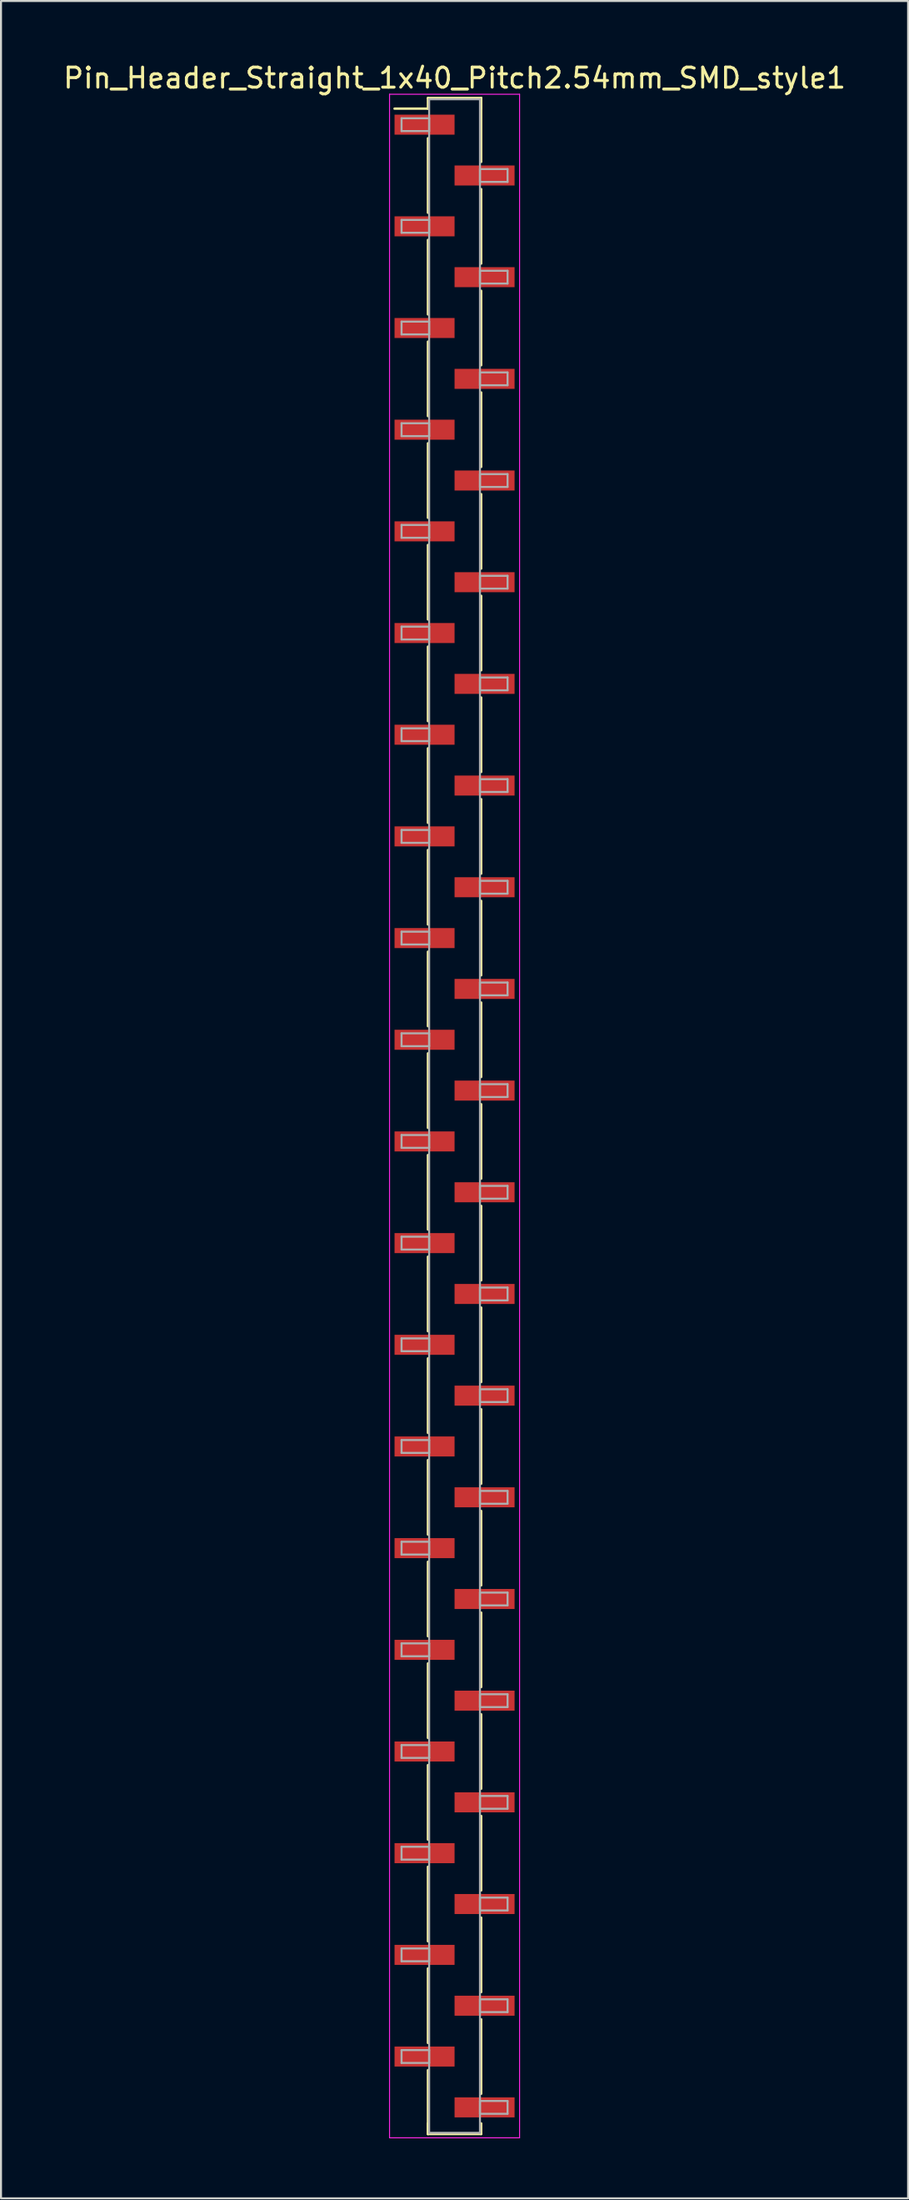
<source format=kicad_pcb>
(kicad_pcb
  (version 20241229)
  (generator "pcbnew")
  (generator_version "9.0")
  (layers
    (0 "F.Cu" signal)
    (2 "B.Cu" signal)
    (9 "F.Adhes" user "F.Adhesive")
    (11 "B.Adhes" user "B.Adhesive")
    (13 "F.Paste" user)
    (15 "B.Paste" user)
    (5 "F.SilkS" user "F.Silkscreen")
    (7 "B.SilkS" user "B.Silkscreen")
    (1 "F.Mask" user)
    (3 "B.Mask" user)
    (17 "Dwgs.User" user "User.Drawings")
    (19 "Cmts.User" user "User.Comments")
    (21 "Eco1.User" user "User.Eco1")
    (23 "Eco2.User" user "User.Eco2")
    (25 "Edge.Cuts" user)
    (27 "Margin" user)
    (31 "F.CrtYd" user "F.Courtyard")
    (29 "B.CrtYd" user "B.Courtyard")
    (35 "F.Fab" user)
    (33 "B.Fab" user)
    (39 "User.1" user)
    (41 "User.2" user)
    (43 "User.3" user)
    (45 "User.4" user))
  (footprint "Pin_Header_Straight_1x40_Pitch2.54mm_SMD_style1"
    (layer "F.Cu")
    (at 19.673 52.708)
    (property "Reference" "Pin_Header_Straight_1x40_Pitch2.54mm_SMD_style1" (at 0 -51.86 0) (layer "F.SilkS") (effects (font (size 1 1) (thickness 0.15))))
    (attr smd)
    (fp_line (start -1.33 -50.86) (end 1.33 -50.86) (stroke (width 0.12) (type solid)) (layer "F.SilkS"))
    (fp_line (start -1.33 -50.33) (end -3 -50.33) (stroke (width 0.12) (type solid)) (layer "F.SilkS"))
    (fp_line (start -1.33 -50.33) (end -1.33 -50.86) (stroke (width 0.12) (type solid)) (layer "F.SilkS"))
    (fp_line (start -1.33 -48.85) (end -1.33 -45.13) (stroke (width 0.12) (type solid)) (layer "F.SilkS"))
    (fp_line (start -1.33 -43.77) (end -1.33 -40.05) (stroke (width 0.12) (type solid)) (layer "F.SilkS"))
    (fp_line (start -1.33 -38.69) (end -1.33 -34.97) (stroke (width 0.12) (type solid)) (layer "F.SilkS"))
    (fp_line (start -1.33 -33.61) (end -1.33 -29.89) (stroke (width 0.12) (type solid)) (layer "F.SilkS"))
    (fp_line (start -1.33 -28.53) (end -1.33 -24.81) (stroke (width 0.12) (type solid)) (layer "F.SilkS"))
    (fp_line (start -1.33 -23.45) (end -1.33 -19.73) (stroke (width 0.12) (type solid)) (layer "F.SilkS"))
    (fp_line (start -1.33 -18.37) (end -1.33 -14.65) (stroke (width 0.12) (type solid)) (layer "F.SilkS"))
    (fp_line (start -1.33 -13.29) (end -1.33 -9.57) (stroke (width 0.12) (type solid)) (layer "F.SilkS"))
    (fp_line (start -1.33 -8.21) (end -1.33 -4.49) (stroke (width 0.12) (type solid)) (layer "F.SilkS"))
    (fp_line (start -1.33 -3.13) (end -1.33 0.59) (stroke (width 0.12) (type solid)) (layer "F.SilkS"))
    (fp_line (start -1.33 1.95) (end -1.33 5.67) (stroke (width 0.12) (type solid)) (layer "F.SilkS"))
    (fp_line (start -1.33 7.03) (end -1.33 10.75) (stroke (width 0.12) (type solid)) (layer "F.SilkS"))
    (fp_line (start -1.33 12.11) (end -1.33 15.83) (stroke (width 0.12) (type solid)) (layer "F.SilkS"))
    (fp_line (start -1.33 17.19) (end -1.33 20.91) (stroke (width 0.12) (type solid)) (layer "F.SilkS"))
    (fp_line (start -1.33 22.27) (end -1.33 25.99) (stroke (width 0.12) (type solid)) (layer "F.SilkS"))
    (fp_line (start -1.33 27.35) (end -1.33 31.07) (stroke (width 0.12) (type solid)) (layer "F.SilkS"))
    (fp_line (start -1.33 32.43) (end -1.33 36.15) (stroke (width 0.12) (type solid)) (layer "F.SilkS"))
    (fp_line (start -1.33 37.51) (end -1.33 41.23) (stroke (width 0.12) (type solid)) (layer "F.SilkS"))
    (fp_line (start -1.33 42.59) (end -1.33 46.31) (stroke (width 0.12) (type solid)) (layer "F.SilkS"))
    (fp_line (start -1.33 47.67) (end -1.33 50.86) (stroke (width 0.12) (type solid)) (layer "F.SilkS"))
    (fp_line (start -1.33 50.33) (end -1.33 50.86) (stroke (width 0.12) (type solid)) (layer "F.SilkS"))
    (fp_line (start -1.33 50.86) (end 1.33 50.86) (stroke (width 0.12) (type solid)) (layer "F.SilkS"))
    (fp_line (start 1.33 -50.86) (end 1.33 -50.33) (stroke (width 0.12) (type solid)) (layer "F.SilkS"))
    (fp_line (start 1.33 -50.86) (end 1.33 -47.67) (stroke (width 0.12) (type solid)) (layer "F.SilkS"))
    (fp_line (start 1.33 -46.31) (end 1.33 -42.59) (stroke (width 0.12) (type solid)) (layer "F.SilkS"))
    (fp_line (start 1.33 -41.23) (end 1.33 -37.51) (stroke (width 0.12) (type solid)) (layer "F.SilkS"))
    (fp_line (start 1.33 -36.15) (end 1.33 -32.43) (stroke (width 0.12) (type solid)) (layer "F.SilkS"))
    (fp_line (start 1.33 -31.07) (end 1.33 -27.35) (stroke (width 0.12) (type solid)) (layer "F.SilkS"))
    (fp_line (start 1.33 -25.99) (end 1.33 -22.27) (stroke (width 0.12) (type solid)) (layer "F.SilkS"))
    (fp_line (start 1.33 -20.91) (end 1.33 -17.19) (stroke (width 0.12) (type solid)) (layer "F.SilkS"))
    (fp_line (start 1.33 -15.83) (end 1.33 -12.11) (stroke (width 0.12) (type solid)) (layer "F.SilkS"))
    (fp_line (start 1.33 -10.75) (end 1.33 -7.03) (stroke (width 0.12) (type solid)) (layer "F.SilkS"))
    (fp_line (start 1.33 -5.67) (end 1.33 -1.95) (stroke (width 0.12) (type solid)) (layer "F.SilkS"))
    (fp_line (start 1.33 -0.59) (end 1.33 3.13) (stroke (width 0.12) (type solid)) (layer "F.SilkS"))
    (fp_line (start 1.33 4.49) (end 1.33 8.21) (stroke (width 0.12) (type solid)) (layer "F.SilkS"))
    (fp_line (start 1.33 9.57) (end 1.33 13.29) (stroke (width 0.12) (type solid)) (layer "F.SilkS"))
    (fp_line (start 1.33 14.65) (end 1.33 18.37) (stroke (width 0.12) (type solid)) (layer "F.SilkS"))
    (fp_line (start 1.33 19.73) (end 1.33 23.45) (stroke (width 0.12) (type solid)) (layer "F.SilkS"))
    (fp_line (start 1.33 24.81) (end 1.33 28.53) (stroke (width 0.12) (type solid)) (layer "F.SilkS"))
    (fp_line (start 1.33 29.89) (end 1.33 33.61) (stroke (width 0.12) (type solid)) (layer "F.SilkS"))
    (fp_line (start 1.33 34.97) (end 1.33 38.69) (stroke (width 0.12) (type solid)) (layer "F.SilkS"))
    (fp_line (start 1.33 40.05) (end 1.33 43.77) (stroke (width 0.12) (type solid)) (layer "F.SilkS"))
    (fp_line (start 1.33 45.13) (end 1.33 48.85) (stroke (width 0.12) (type solid)) (layer "F.SilkS"))
    (fp_line (start 1.33 50.86) (end 1.33 50.33) (stroke (width 0.12) (type solid)) (layer "F.SilkS"))
    (fp_line (start -3.25 -51.05) (end -3.25 51.05) (stroke (width 0.05) (type solid)) (layer "F.CrtYd"))
    (fp_line (start -3.25 51.05) (end 3.25 51.05) (stroke (width 0.05) (type solid)) (layer "F.CrtYd"))
    (fp_line (start 3.25 -51.05) (end -3.25 -51.05) (stroke (width 0.05) (type solid)) (layer "F.CrtYd"))
    (fp_line (start 3.25 51.05) (end 3.25 -51.05) (stroke (width 0.05) (type solid)) (layer "F.CrtYd"))
    (fp_line (start -2.65 -49.85) (end -1.27 -49.85) (stroke (width 0.1) (type solid)) (layer "F.Fab"))
    (fp_line (start -2.65 -49.21) (end -2.65 -49.85) (stroke (width 0.1) (type solid)) (layer "F.Fab"))
    (fp_line (start -2.65 -44.77) (end -1.27 -44.77) (stroke (width 0.1) (type solid)) (layer "F.Fab"))
    (fp_line (start -2.65 -44.13) (end -2.65 -44.77) (stroke (width 0.1) (type solid)) (layer "F.Fab"))
    (fp_line (start -2.65 -39.69) (end -1.27 -39.69) (stroke (width 0.1) (type solid)) (layer "F.Fab"))
    (fp_line (start -2.65 -39.05) (end -2.65 -39.69) (stroke (width 0.1) (type solid)) (layer "F.Fab"))
    (fp_line (start -2.65 -34.61) (end -1.27 -34.61) (stroke (width 0.1) (type solid)) (layer "F.Fab"))
    (fp_line (start -2.65 -33.97) (end -2.65 -34.61) (stroke (width 0.1) (type solid)) (layer "F.Fab"))
    (fp_line (start -2.65 -29.53) (end -1.27 -29.53) (stroke (width 0.1) (type solid)) (layer "F.Fab"))
    (fp_line (start -2.65 -28.89) (end -2.65 -29.53) (stroke (width 0.1) (type solid)) (layer "F.Fab"))
    (fp_line (start -2.65 -24.45) (end -1.27 -24.45) (stroke (width 0.1) (type solid)) (layer "F.Fab"))
    (fp_line (start -2.65 -23.81) (end -2.65 -24.45) (stroke (width 0.1) (type solid)) (layer "F.Fab"))
    (fp_line (start -2.65 -19.37) (end -1.27 -19.37) (stroke (width 0.1) (type solid)) (layer "F.Fab"))
    (fp_line (start -2.65 -18.73) (end -2.65 -19.37) (stroke (width 0.1) (type solid)) (layer "F.Fab"))
    (fp_line (start -2.65 -14.29) (end -1.27 -14.29) (stroke (width 0.1) (type solid)) (layer "F.Fab"))
    (fp_line (start -2.65 -13.65) (end -2.65 -14.29) (stroke (width 0.1) (type solid)) (layer "F.Fab"))
    (fp_line (start -2.65 -9.21) (end -1.27 -9.21) (stroke (width 0.1) (type solid)) (layer "F.Fab"))
    (fp_line (start -2.65 -8.57) (end -2.65 -9.21) (stroke (width 0.1) (type solid)) (layer "F.Fab"))
    (fp_line (start -2.65 -4.13) (end -1.27 -4.13) (stroke (width 0.1) (type solid)) (layer "F.Fab"))
    (fp_line (start -2.65 -3.49) (end -2.65 -4.13) (stroke (width 0.1) (type solid)) (layer "F.Fab"))
    (fp_line (start -2.65 0.95) (end -1.27 0.95) (stroke (width 0.1) (type solid)) (layer "F.Fab"))
    (fp_line (start -2.65 1.59) (end -2.65 0.95) (stroke (width 0.1) (type solid)) (layer "F.Fab"))
    (fp_line (start -2.65 6.03) (end -1.27 6.03) (stroke (width 0.1) (type solid)) (layer "F.Fab"))
    (fp_line (start -2.65 6.67) (end -2.65 6.03) (stroke (width 0.1) (type solid)) (layer "F.Fab"))
    (fp_line (start -2.65 11.11) (end -1.27 11.11) (stroke (width 0.1) (type solid)) (layer "F.Fab"))
    (fp_line (start -2.65 11.75) (end -2.65 11.11) (stroke (width 0.1) (type solid)) (layer "F.Fab"))
    (fp_line (start -2.65 16.19) (end -1.27 16.19) (stroke (width 0.1) (type solid)) (layer "F.Fab"))
    (fp_line (start -2.65 16.83) (end -2.65 16.19) (stroke (width 0.1) (type solid)) (layer "F.Fab"))
    (fp_line (start -2.65 21.27) (end -1.27 21.27) (stroke (width 0.1) (type solid)) (layer "F.Fab"))
    (fp_line (start -2.65 21.91) (end -2.65 21.27) (stroke (width 0.1) (type solid)) (layer "F.Fab"))
    (fp_line (start -2.65 26.35) (end -1.27 26.35) (stroke (width 0.1) (type solid)) (layer "F.Fab"))
    (fp_line (start -2.65 26.99) (end -2.65 26.35) (stroke (width 0.1) (type solid)) (layer "F.Fab"))
    (fp_line (start -2.65 31.43) (end -1.27 31.43) (stroke (width 0.1) (type solid)) (layer "F.Fab"))
    (fp_line (start -2.65 32.07) (end -2.65 31.43) (stroke (width 0.1) (type solid)) (layer "F.Fab"))
    (fp_line (start -2.65 36.51) (end -1.27 36.51) (stroke (width 0.1) (type solid)) (layer "F.Fab"))
    (fp_line (start -2.65 37.15) (end -2.65 36.51) (stroke (width 0.1) (type solid)) (layer "F.Fab"))
    (fp_line (start -2.65 41.59) (end -1.27 41.59) (stroke (width 0.1) (type solid)) (layer "F.Fab"))
    (fp_line (start -2.65 42.23) (end -2.65 41.59) (stroke (width 0.1) (type solid)) (layer "F.Fab"))
    (fp_line (start -2.65 46.67) (end -1.27 46.67) (stroke (width 0.1) (type solid)) (layer "F.Fab"))
    (fp_line (start -2.65 47.31) (end -2.65 46.67) (stroke (width 0.1) (type solid)) (layer "F.Fab"))
    (fp_line (start -1.27 -50.8) (end -1.27 50.8) (stroke (width 0.1) (type solid)) (layer "F.Fab"))
    (fp_line (start -1.27 -49.85) (end -1.27 -49.21) (stroke (width 0.1) (type solid)) (layer "F.Fab"))
    (fp_line (start -1.27 -49.21) (end -2.65 -49.21) (stroke (width 0.1) (type solid)) (layer "F.Fab"))
    (fp_line (start -1.27 -44.77) (end -1.27 -44.13) (stroke (width 0.1) (type solid)) (layer "F.Fab"))
    (fp_line (start -1.27 -44.13) (end -2.65 -44.13) (stroke (width 0.1) (type solid)) (layer "F.Fab"))
    (fp_line (start -1.27 -39.69) (end -1.27 -39.05) (stroke (width 0.1) (type solid)) (layer "F.Fab"))
    (fp_line (start -1.27 -39.05) (end -2.65 -39.05) (stroke (width 0.1) (type solid)) (layer "F.Fab"))
    (fp_line (start -1.27 -34.61) (end -1.27 -33.97) (stroke (width 0.1) (type solid)) (layer "F.Fab"))
    (fp_line (start -1.27 -33.97) (end -2.65 -33.97) (stroke (width 0.1) (type solid)) (layer "F.Fab"))
    (fp_line (start -1.27 -29.53) (end -1.27 -28.89) (stroke (width 0.1) (type solid)) (layer "F.Fab"))
    (fp_line (start -1.27 -28.89) (end -2.65 -28.89) (stroke (width 0.1) (type solid)) (layer "F.Fab"))
    (fp_line (start -1.27 -24.45) (end -1.27 -23.81) (stroke (width 0.1) (type solid)) (layer "F.Fab"))
    (fp_line (start -1.27 -23.81) (end -2.65 -23.81) (stroke (width 0.1) (type solid)) (layer "F.Fab"))
    (fp_line (start -1.27 -19.37) (end -1.27 -18.73) (stroke (width 0.1) (type solid)) (layer "F.Fab"))
    (fp_line (start -1.27 -18.73) (end -2.65 -18.73) (stroke (width 0.1) (type solid)) (layer "F.Fab"))
    (fp_line (start -1.27 -14.29) (end -1.27 -13.65) (stroke (width 0.1) (type solid)) (layer "F.Fab"))
    (fp_line (start -1.27 -13.65) (end -2.65 -13.65) (stroke (width 0.1) (type solid)) (layer "F.Fab"))
    (fp_line (start -1.27 -9.21) (end -1.27 -8.57) (stroke (width 0.1) (type solid)) (layer "F.Fab"))
    (fp_line (start -1.27 -8.57) (end -2.65 -8.57) (stroke (width 0.1) (type solid)) (layer "F.Fab"))
    (fp_line (start -1.27 -4.13) (end -1.27 -3.49) (stroke (width 0.1) (type solid)) (layer "F.Fab"))
    (fp_line (start -1.27 -3.49) (end -2.65 -3.49) (stroke (width 0.1) (type solid)) (layer "F.Fab"))
    (fp_line (start -1.27 0.95) (end -1.27 1.59) (stroke (width 0.1) (type solid)) (layer "F.Fab"))
    (fp_line (start -1.27 1.59) (end -2.65 1.59) (stroke (width 0.1) (type solid)) (layer "F.Fab"))
    (fp_line (start -1.27 6.03) (end -1.27 6.67) (stroke (width 0.1) (type solid)) (layer "F.Fab"))
    (fp_line (start -1.27 6.67) (end -2.65 6.67) (stroke (width 0.1) (type solid)) (layer "F.Fab"))
    (fp_line (start -1.27 11.11) (end -1.27 11.75) (stroke (width 0.1) (type solid)) (layer "F.Fab"))
    (fp_line (start -1.27 11.75) (end -2.65 11.75) (stroke (width 0.1) (type solid)) (layer "F.Fab"))
    (fp_line (start -1.27 16.19) (end -1.27 16.83) (stroke (width 0.1) (type solid)) (layer "F.Fab"))
    (fp_line (start -1.27 16.83) (end -2.65 16.83) (stroke (width 0.1) (type solid)) (layer "F.Fab"))
    (fp_line (start -1.27 21.27) (end -1.27 21.91) (stroke (width 0.1) (type solid)) (layer "F.Fab"))
    (fp_line (start -1.27 21.91) (end -2.65 21.91) (stroke (width 0.1) (type solid)) (layer "F.Fab"))
    (fp_line (start -1.27 26.35) (end -1.27 26.99) (stroke (width 0.1) (type solid)) (layer "F.Fab"))
    (fp_line (start -1.27 26.99) (end -2.65 26.99) (stroke (width 0.1) (type solid)) (layer "F.Fab"))
    (fp_line (start -1.27 31.43) (end -1.27 32.07) (stroke (width 0.1) (type solid)) (layer "F.Fab"))
    (fp_line (start -1.27 32.07) (end -2.65 32.07) (stroke (width 0.1) (type solid)) (layer "F.Fab"))
    (fp_line (start -1.27 36.51) (end -1.27 37.15) (stroke (width 0.1) (type solid)) (layer "F.Fab"))
    (fp_line (start -1.27 37.15) (end -2.65 37.15) (stroke (width 0.1) (type solid)) (layer "F.Fab"))
    (fp_line (start -1.27 41.59) (end -1.27 42.23) (stroke (width 0.1) (type solid)) (layer "F.Fab"))
    (fp_line (start -1.27 42.23) (end -2.65 42.23) (stroke (width 0.1) (type solid)) (layer "F.Fab"))
    (fp_line (start -1.27 46.67) (end -1.27 47.31) (stroke (width 0.1) (type solid)) (layer "F.Fab"))
    (fp_line (start -1.27 47.31) (end -2.65 47.31) (stroke (width 0.1) (type solid)) (layer "F.Fab"))
    (fp_line (start -1.27 50.8) (end 1.27 50.8) (stroke (width 0.1) (type solid)) (layer "F.Fab"))
    (fp_line (start 1.27 -50.8) (end -1.27 -50.8) (stroke (width 0.1) (type solid)) (layer "F.Fab"))
    (fp_line (start 1.27 -47.31) (end 1.27 -46.67) (stroke (width 0.1) (type solid)) (layer "F.Fab"))
    (fp_line (start 1.27 -46.67) (end 2.65 -46.67) (stroke (width 0.1) (type solid)) (layer "F.Fab"))
    (fp_line (start 1.27 -42.23) (end 1.27 -41.59) (stroke (width 0.1) (type solid)) (layer "F.Fab"))
    (fp_line (start 1.27 -41.59) (end 2.65 -41.59) (stroke (width 0.1) (type solid)) (layer "F.Fab"))
    (fp_line (start 1.27 -37.15) (end 1.27 -36.51) (stroke (width 0.1) (type solid)) (layer "F.Fab"))
    (fp_line (start 1.27 -36.51) (end 2.65 -36.51) (stroke (width 0.1) (type solid)) (layer "F.Fab"))
    (fp_line (start 1.27 -32.07) (end 1.27 -31.43) (stroke (width 0.1) (type solid)) (layer "F.Fab"))
    (fp_line (start 1.27 -31.43) (end 2.65 -31.43) (stroke (width 0.1) (type solid)) (layer "F.Fab"))
    (fp_line (start 1.27 -26.99) (end 1.27 -26.35) (stroke (width 0.1) (type solid)) (layer "F.Fab"))
    (fp_line (start 1.27 -26.35) (end 2.65 -26.35) (stroke (width 0.1) (type solid)) (layer "F.Fab"))
    (fp_line (start 1.27 -21.91) (end 1.27 -21.27) (stroke (width 0.1) (type solid)) (layer "F.Fab"))
    (fp_line (start 1.27 -21.27) (end 2.65 -21.27) (stroke (width 0.1) (type solid)) (layer "F.Fab"))
    (fp_line (start 1.27 -16.83) (end 1.27 -16.19) (stroke (width 0.1) (type solid)) (layer "F.Fab"))
    (fp_line (start 1.27 -16.19) (end 2.65 -16.19) (stroke (width 0.1) (type solid)) (layer "F.Fab"))
    (fp_line (start 1.27 -11.75) (end 1.27 -11.11) (stroke (width 0.1) (type solid)) (layer "F.Fab"))
    (fp_line (start 1.27 -11.11) (end 2.65 -11.11) (stroke (width 0.1) (type solid)) (layer "F.Fab"))
    (fp_line (start 1.27 -6.67) (end 1.27 -6.03) (stroke (width 0.1) (type solid)) (layer "F.Fab"))
    (fp_line (start 1.27 -6.03) (end 2.65 -6.03) (stroke (width 0.1) (type solid)) (layer "F.Fab"))
    (fp_line (start 1.27 -1.59) (end 1.27 -0.95) (stroke (width 0.1) (type solid)) (layer "F.Fab"))
    (fp_line (start 1.27 -0.95) (end 2.65 -0.95) (stroke (width 0.1) (type solid)) (layer "F.Fab"))
    (fp_line (start 1.27 3.49) (end 1.27 4.13) (stroke (width 0.1) (type solid)) (layer "F.Fab"))
    (fp_line (start 1.27 4.13) (end 2.65 4.13) (stroke (width 0.1) (type solid)) (layer "F.Fab"))
    (fp_line (start 1.27 8.57) (end 1.27 9.21) (stroke (width 0.1) (type solid)) (layer "F.Fab"))
    (fp_line (start 1.27 9.21) (end 2.65 9.21) (stroke (width 0.1) (type solid)) (layer "F.Fab"))
    (fp_line (start 1.27 13.65) (end 1.27 14.29) (stroke (width 0.1) (type solid)) (layer "F.Fab"))
    (fp_line (start 1.27 14.29) (end 2.65 14.29) (stroke (width 0.1) (type solid)) (layer "F.Fab"))
    (fp_line (start 1.27 18.73) (end 1.27 19.37) (stroke (width 0.1) (type solid)) (layer "F.Fab"))
    (fp_line (start 1.27 19.37) (end 2.65 19.37) (stroke (width 0.1) (type solid)) (layer "F.Fab"))
    (fp_line (start 1.27 23.81) (end 1.27 24.45) (stroke (width 0.1) (type solid)) (layer "F.Fab"))
    (fp_line (start 1.27 24.45) (end 2.65 24.45) (stroke (width 0.1) (type solid)) (layer "F.Fab"))
    (fp_line (start 1.27 28.89) (end 1.27 29.53) (stroke (width 0.1) (type solid)) (layer "F.Fab"))
    (fp_line (start 1.27 29.53) (end 2.65 29.53) (stroke (width 0.1) (type solid)) (layer "F.Fab"))
    (fp_line (start 1.27 33.97) (end 1.27 34.61) (stroke (width 0.1) (type solid)) (layer "F.Fab"))
    (fp_line (start 1.27 34.61) (end 2.65 34.61) (stroke (width 0.1) (type solid)) (layer "F.Fab"))
    (fp_line (start 1.27 39.05) (end 1.27 39.69) (stroke (width 0.1) (type solid)) (layer "F.Fab"))
    (fp_line (start 1.27 39.69) (end 2.65 39.69) (stroke (width 0.1) (type solid)) (layer "F.Fab"))
    (fp_line (start 1.27 44.13) (end 1.27 44.77) (stroke (width 0.1) (type solid)) (layer "F.Fab"))
    (fp_line (start 1.27 44.77) (end 2.65 44.77) (stroke (width 0.1) (type solid)) (layer "F.Fab"))
    (fp_line (start 1.27 49.21) (end 1.27 49.85) (stroke (width 0.1) (type solid)) (layer "F.Fab"))
    (fp_line (start 1.27 49.85) (end 2.65 49.85) (stroke (width 0.1) (type solid)) (layer "F.Fab"))
    (fp_line (start 1.27 50.8) (end 1.27 -50.8) (stroke (width 0.1) (type solid)) (layer "F.Fab"))
    (fp_line (start 2.65 -47.31) (end 1.27 -47.31) (stroke (width 0.1) (type solid)) (layer "F.Fab"))
    (fp_line (start 2.65 -46.67) (end 2.65 -47.31) (stroke (width 0.1) (type solid)) (layer "F.Fab"))
    (fp_line (start 2.65 -42.23) (end 1.27 -42.23) (stroke (width 0.1) (type solid)) (layer "F.Fab"))
    (fp_line (start 2.65 -41.59) (end 2.65 -42.23) (stroke (width 0.1) (type solid)) (layer "F.Fab"))
    (fp_line (start 2.65 -37.15) (end 1.27 -37.15) (stroke (width 0.1) (type solid)) (layer "F.Fab"))
    (fp_line (start 2.65 -36.51) (end 2.65 -37.15) (stroke (width 0.1) (type solid)) (layer "F.Fab"))
    (fp_line (start 2.65 -32.07) (end 1.27 -32.07) (stroke (width 0.1) (type solid)) (layer "F.Fab"))
    (fp_line (start 2.65 -31.43) (end 2.65 -32.07) (stroke (width 0.1) (type solid)) (layer "F.Fab"))
    (fp_line (start 2.65 -26.99) (end 1.27 -26.99) (stroke (width 0.1) (type solid)) (layer "F.Fab"))
    (fp_line (start 2.65 -26.35) (end 2.65 -26.99) (stroke (width 0.1) (type solid)) (layer "F.Fab"))
    (fp_line (start 2.65 -21.91) (end 1.27 -21.91) (stroke (width 0.1) (type solid)) (layer "F.Fab"))
    (fp_line (start 2.65 -21.27) (end 2.65 -21.91) (stroke (width 0.1) (type solid)) (layer "F.Fab"))
    (fp_line (start 2.65 -16.83) (end 1.27 -16.83) (stroke (width 0.1) (type solid)) (layer "F.Fab"))
    (fp_line (start 2.65 -16.19) (end 2.65 -16.83) (stroke (width 0.1) (type solid)) (layer "F.Fab"))
    (fp_line (start 2.65 -11.75) (end 1.27 -11.75) (stroke (width 0.1) (type solid)) (layer "F.Fab"))
    (fp_line (start 2.65 -11.11) (end 2.65 -11.75) (stroke (width 0.1) (type solid)) (layer "F.Fab"))
    (fp_line (start 2.65 -6.67) (end 1.27 -6.67) (stroke (width 0.1) (type solid)) (layer "F.Fab"))
    (fp_line (start 2.65 -6.03) (end 2.65 -6.67) (stroke (width 0.1) (type solid)) (layer "F.Fab"))
    (fp_line (start 2.65 -1.59) (end 1.27 -1.59) (stroke (width 0.1) (type solid)) (layer "F.Fab"))
    (fp_line (start 2.65 -0.95) (end 2.65 -1.59) (stroke (width 0.1) (type solid)) (layer "F.Fab"))
    (fp_line (start 2.65 3.49) (end 1.27 3.49) (stroke (width 0.1) (type solid)) (layer "F.Fab"))
    (fp_line (start 2.65 4.13) (end 2.65 3.49) (stroke (width 0.1) (type solid)) (layer "F.Fab"))
    (fp_line (start 2.65 8.57) (end 1.27 8.57) (stroke (width 0.1) (type solid)) (layer "F.Fab"))
    (fp_line (start 2.65 9.21) (end 2.65 8.57) (stroke (width 0.1) (type solid)) (layer "F.Fab"))
    (fp_line (start 2.65 13.65) (end 1.27 13.65) (stroke (width 0.1) (type solid)) (layer "F.Fab"))
    (fp_line (start 2.65 14.29) (end 2.65 13.65) (stroke (width 0.1) (type solid)) (layer "F.Fab"))
    (fp_line (start 2.65 18.73) (end 1.27 18.73) (stroke (width 0.1) (type solid)) (layer "F.Fab"))
    (fp_line (start 2.65 19.37) (end 2.65 18.73) (stroke (width 0.1) (type solid)) (layer "F.Fab"))
    (fp_line (start 2.65 23.81) (end 1.27 23.81) (stroke (width 0.1) (type solid)) (layer "F.Fab"))
    (fp_line (start 2.65 24.45) (end 2.65 23.81) (stroke (width 0.1) (type solid)) (layer "F.Fab"))
    (fp_line (start 2.65 28.89) (end 1.27 28.89) (stroke (width 0.1) (type solid)) (layer "F.Fab"))
    (fp_line (start 2.65 29.53) (end 2.65 28.89) (stroke (width 0.1) (type solid)) (layer "F.Fab"))
    (fp_line (start 2.65 33.97) (end 1.27 33.97) (stroke (width 0.1) (type solid)) (layer "F.Fab"))
    (fp_line (start 2.65 34.61) (end 2.65 33.97) (stroke (width 0.1) (type solid)) (layer "F.Fab"))
    (fp_line (start 2.65 39.05) (end 1.27 39.05) (stroke (width 0.1) (type solid)) (layer "F.Fab"))
    (fp_line (start 2.65 39.69) (end 2.65 39.05) (stroke (width 0.1) (type solid)) (layer "F.Fab"))
    (fp_line (start 2.65 44.13) (end 1.27 44.13) (stroke (width 0.1) (type solid)) (layer "F.Fab"))
    (fp_line (start 2.65 44.77) (end 2.65 44.13) (stroke (width 0.1) (type solid)) (layer "F.Fab"))
    (fp_line (start 2.65 49.21) (end 1.27 49.21) (stroke (width 0.1) (type solid)) (layer "F.Fab"))
    (fp_line (start 2.65 49.85) (end 2.65 49.21) (stroke (width 0.1) (type solid)) (layer "F.Fab"))
    (pad "1" smd rect (at -1.5 -49.53) (size 3 1) (layers "F.Cu" "F.Mask"))
    (pad "2" smd rect (at 1.5 -46.99) (size 3 1) (layers "F.Cu" "F.Mask"))
    (pad "3" smd rect (at -1.5 -44.45) (size 3 1) (layers "F.Cu" "F.Mask"))
    (pad "4" smd rect (at 1.5 -41.91) (size 3 1) (layers "F.Cu" "F.Mask"))
    (pad "5" smd rect (at -1.5 -39.37) (size 3 1) (layers "F.Cu" "F.Mask"))
    (pad "6" smd rect (at 1.5 -36.83) (size 3 1) (layers "F.Cu" "F.Mask"))
    (pad "7" smd rect (at -1.5 -34.29) (size 3 1) (layers "F.Cu" "F.Mask"))
    (pad "8" smd rect (at 1.5 -31.75) (size 3 1) (layers "F.Cu" "F.Mask"))
    (pad "9" smd rect (at -1.5 -29.21) (size 3 1) (layers "F.Cu" "F.Mask"))
    (pad "10" smd rect (at 1.5 -26.67) (size 3 1) (layers "F.Cu" "F.Mask"))
    (pad "11" smd rect (at -1.5 -24.13) (size 3 1) (layers "F.Cu" "F.Mask"))
    (pad "12" smd rect (at 1.5 -21.59) (size 3 1) (layers "F.Cu" "F.Mask"))
    (pad "13" smd rect (at -1.5 -19.05) (size 3 1) (layers "F.Cu" "F.Mask"))
    (pad "14" smd rect (at 1.5 -16.51) (size 3 1) (layers "F.Cu" "F.Mask"))
    (pad "15" smd rect (at -1.5 -13.97) (size 3 1) (layers "F.Cu" "F.Mask"))
    (pad "16" smd rect (at 1.5 -11.43) (size 3 1) (layers "F.Cu" "F.Mask"))
    (pad "17" smd rect (at -1.5 -8.89) (size 3 1) (layers "F.Cu" "F.Mask"))
    (pad "18" smd rect (at 1.5 -6.35) (size 3 1) (layers "F.Cu" "F.Mask"))
    (pad "19" smd rect (at -1.5 -3.81) (size 3 1) (layers "F.Cu" "F.Mask"))
    (pad "20" smd rect (at 1.5 -1.27) (size 3 1) (layers "F.Cu" "F.Mask"))
    (pad "21" smd rect (at -1.5 1.27) (size 3 1) (layers "F.Cu" "F.Mask"))
    (pad "22" smd rect (at 1.5 3.81) (size 3 1) (layers "F.Cu" "F.Mask"))
    (pad "23" smd rect (at -1.5 6.35) (size 3 1) (layers "F.Cu" "F.Mask"))
    (pad "24" smd rect (at 1.5 8.89) (size 3 1) (layers "F.Cu" "F.Mask"))
    (pad "25" smd rect (at -1.5 11.43) (size 3 1) (layers "F.Cu" "F.Mask"))
    (pad "26" smd rect (at 1.5 13.97) (size 3 1) (layers "F.Cu" "F.Mask"))
    (pad "27" smd rect (at -1.5 16.51) (size 3 1) (layers "F.Cu" "F.Mask"))
    (pad "28" smd rect (at 1.5 19.05) (size 3 1) (layers "F.Cu" "F.Mask"))
    (pad "29" smd rect (at -1.5 21.59) (size 3 1) (layers "F.Cu" "F.Mask"))
    (pad "30" smd rect (at 1.5 24.13) (size 3 1) (layers "F.Cu" "F.Mask"))
    (pad "31" smd rect (at -1.5 26.67) (size 3 1) (layers "F.Cu" "F.Mask"))
    (pad "32" smd rect (at 1.5 29.21) (size 3 1) (layers "F.Cu" "F.Mask"))
    (pad "33" smd rect (at -1.5 31.75) (size 3 1) (layers "F.Cu" "F.Mask"))
    (pad "34" smd rect (at 1.5 34.29) (size 3 1) (layers "F.Cu" "F.Mask"))
    (pad "35" smd rect (at -1.5 36.83) (size 3 1) (layers "F.Cu" "F.Mask"))
    (pad "36" smd rect (at 1.5 39.37) (size 3 1) (layers "F.Cu" "F.Mask"))
    (pad "37" smd rect (at -1.5 41.91) (size 3 1) (layers "F.Cu" "F.Mask"))
    (pad "38" smd rect (at 1.5 44.45) (size 3 1) (layers "F.Cu" "F.Mask"))
    (pad "39" smd rect (at -1.5 46.99) (size 3 1) (layers "F.Cu" "F.Mask"))
    (pad "40" smd rect (at 1.5 49.53) (size 3 1) (layers "F.Cu" "F.Mask")))
  (gr_rect
    (start -3 -3)
    (end 42.345 106.783)
    (stroke (width 0.1) (type default))
    (fill no)
    (layer "Edge.Cuts")))
</source>
